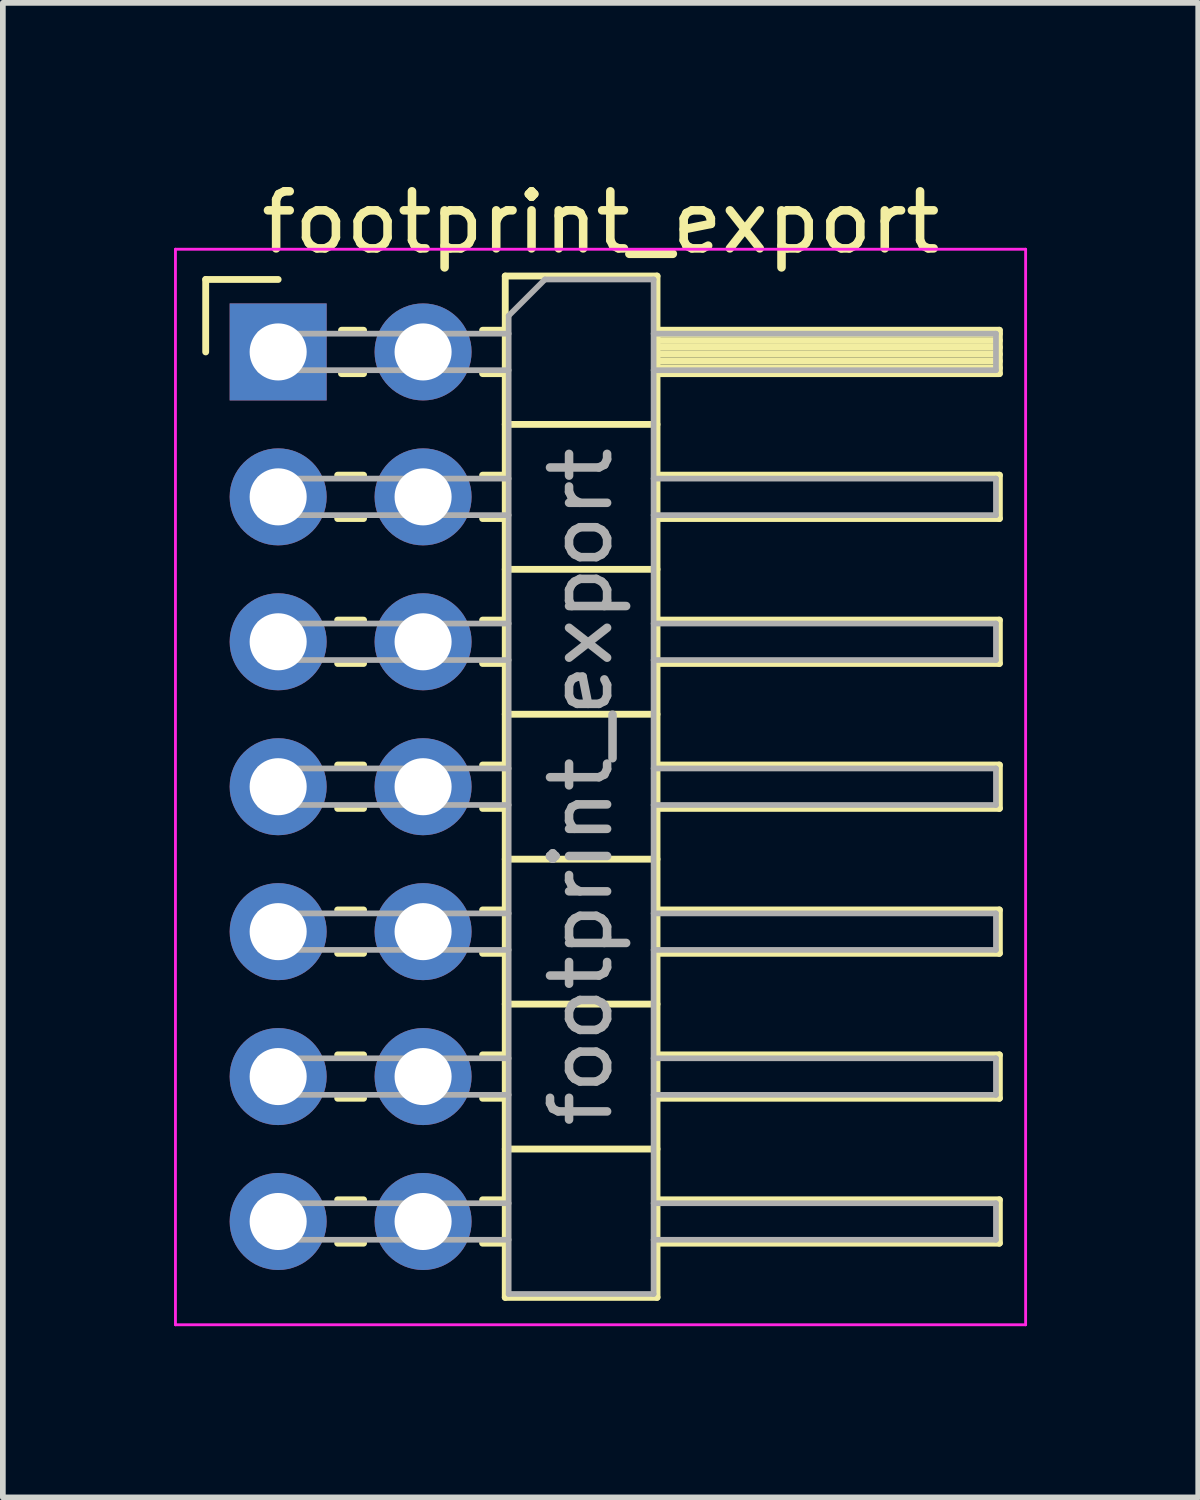
<source format=kicad_pcb>
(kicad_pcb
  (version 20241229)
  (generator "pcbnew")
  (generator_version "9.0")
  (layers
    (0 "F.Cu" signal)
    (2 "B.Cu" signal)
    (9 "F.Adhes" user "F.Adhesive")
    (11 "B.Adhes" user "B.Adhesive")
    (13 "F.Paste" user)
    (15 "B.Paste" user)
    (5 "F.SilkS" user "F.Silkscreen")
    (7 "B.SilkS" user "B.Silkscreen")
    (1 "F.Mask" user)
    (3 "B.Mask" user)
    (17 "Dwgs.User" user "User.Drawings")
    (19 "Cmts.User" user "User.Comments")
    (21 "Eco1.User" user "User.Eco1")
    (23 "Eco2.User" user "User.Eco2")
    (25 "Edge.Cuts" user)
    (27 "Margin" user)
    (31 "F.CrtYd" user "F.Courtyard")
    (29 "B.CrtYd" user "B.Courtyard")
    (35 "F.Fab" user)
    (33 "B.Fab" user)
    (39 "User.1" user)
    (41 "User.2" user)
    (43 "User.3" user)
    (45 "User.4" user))
  (footprint "footprint_export"
    (layer "F.Cu")
    (at 1.825 3.118)
    (property "Reference" "footprint_export" (at 5.655 -2.27 0) (layer "F.SilkS") (effects (font (size 1 1) (thickness 0.15))))
    (attr through_hole)
    (fp_line (start -1.27 -1.27) (end 0 -1.27) (stroke (width 0.12) (type solid)) (layer "F.SilkS"))
    (fp_line (start -1.27 0) (end -1.27 -1.27) (stroke (width 0.12) (type solid)) (layer "F.SilkS"))
    (fp_line (start 1.043 2.16) (end 1.497 2.16) (stroke (width 0.12) (type solid)) (layer "F.SilkS"))
    (fp_line (start 1.043 2.92) (end 1.497 2.92) (stroke (width 0.12) (type solid)) (layer "F.SilkS"))
    (fp_line (start 1.043 4.7) (end 1.497 4.7) (stroke (width 0.12) (type solid)) (layer "F.SilkS"))
    (fp_line (start 1.043 5.46) (end 1.497 5.46) (stroke (width 0.12) (type solid)) (layer "F.SilkS"))
    (fp_line (start 1.043 7.24) (end 1.497 7.24) (stroke (width 0.12) (type solid)) (layer "F.SilkS"))
    (fp_line (start 1.043 8) (end 1.497 8) (stroke (width 0.12) (type solid)) (layer "F.SilkS"))
    (fp_line (start 1.043 9.78) (end 1.497 9.78) (stroke (width 0.12) (type solid)) (layer "F.SilkS"))
    (fp_line (start 1.043 10.54) (end 1.497 10.54) (stroke (width 0.12) (type solid)) (layer "F.SilkS"))
    (fp_line (start 1.043 12.32) (end 1.497 12.32) (stroke (width 0.12) (type solid)) (layer "F.SilkS"))
    (fp_line (start 1.043 13.08) (end 1.497 13.08) (stroke (width 0.12) (type solid)) (layer "F.SilkS"))
    (fp_line (start 1.043 14.86) (end 1.497 14.86) (stroke (width 0.12) (type solid)) (layer "F.SilkS"))
    (fp_line (start 1.043 15.62) (end 1.497 15.62) (stroke (width 0.12) (type solid)) (layer "F.SilkS"))
    (fp_line (start 1.11 -0.38) (end 1.497 -0.38) (stroke (width 0.12) (type solid)) (layer "F.SilkS"))
    (fp_line (start 1.11 0.38) (end 1.497 0.38) (stroke (width 0.12) (type solid)) (layer "F.SilkS"))
    (fp_line (start 3.583 -0.38) (end 3.98 -0.38) (stroke (width 0.12) (type solid)) (layer "F.SilkS"))
    (fp_line (start 3.583 0.38) (end 3.98 0.38) (stroke (width 0.12) (type solid)) (layer "F.SilkS"))
    (fp_line (start 3.583 2.16) (end 3.98 2.16) (stroke (width 0.12) (type solid)) (layer "F.SilkS"))
    (fp_line (start 3.583 2.92) (end 3.98 2.92) (stroke (width 0.12) (type solid)) (layer "F.SilkS"))
    (fp_line (start 3.583 4.7) (end 3.98 4.7) (stroke (width 0.12) (type solid)) (layer "F.SilkS"))
    (fp_line (start 3.583 5.46) (end 3.98 5.46) (stroke (width 0.12) (type solid)) (layer "F.SilkS"))
    (fp_line (start 3.583 7.24) (end 3.98 7.24) (stroke (width 0.12) (type solid)) (layer "F.SilkS"))
    (fp_line (start 3.583 8) (end 3.98 8) (stroke (width 0.12) (type solid)) (layer "F.SilkS"))
    (fp_line (start 3.583 9.78) (end 3.98 9.78) (stroke (width 0.12) (type solid)) (layer "F.SilkS"))
    (fp_line (start 3.583 10.54) (end 3.98 10.54) (stroke (width 0.12) (type solid)) (layer "F.SilkS"))
    (fp_line (start 3.583 12.32) (end 3.98 12.32) (stroke (width 0.12) (type solid)) (layer "F.SilkS"))
    (fp_line (start 3.583 13.08) (end 3.98 13.08) (stroke (width 0.12) (type solid)) (layer "F.SilkS"))
    (fp_line (start 3.583 14.86) (end 3.98 14.86) (stroke (width 0.12) (type solid)) (layer "F.SilkS"))
    (fp_line (start 3.583 15.62) (end 3.98 15.62) (stroke (width 0.12) (type solid)) (layer "F.SilkS"))
    (fp_line (start 3.98 -1.33) (end 3.98 16.57) (stroke (width 0.12) (type solid)) (layer "F.SilkS"))
    (fp_line (start 3.98 1.27) (end 6.64 1.27) (stroke (width 0.12) (type solid)) (layer "F.SilkS"))
    (fp_line (start 3.98 3.81) (end 6.64 3.81) (stroke (width 0.12) (type solid)) (layer "F.SilkS"))
    (fp_line (start 3.98 6.35) (end 6.64 6.35) (stroke (width 0.12) (type solid)) (layer "F.SilkS"))
    (fp_line (start 3.98 8.89) (end 6.64 8.89) (stroke (width 0.12) (type solid)) (layer "F.SilkS"))
    (fp_line (start 3.98 11.43) (end 6.64 11.43) (stroke (width 0.12) (type solid)) (layer "F.SilkS"))
    (fp_line (start 3.98 13.97) (end 6.64 13.97) (stroke (width 0.12) (type solid)) (layer "F.SilkS"))
    (fp_line (start 3.98 16.57) (end 6.64 16.57) (stroke (width 0.12) (type solid)) (layer "F.SilkS"))
    (fp_line (start 6.64 -1.33) (end 3.98 -1.33) (stroke (width 0.12) (type solid)) (layer "F.SilkS"))
    (fp_line (start 6.64 -0.38) (end 12.64 -0.38) (stroke (width 0.12) (type solid)) (layer "F.SilkS"))
    (fp_line (start 6.64 -0.32) (end 12.64 -0.32) (stroke (width 0.12) (type solid)) (layer "F.SilkS"))
    (fp_line (start 6.64 -0.2) (end 12.64 -0.2) (stroke (width 0.12) (type solid)) (layer "F.SilkS"))
    (fp_line (start 6.64 -0.08) (end 12.64 -0.08) (stroke (width 0.12) (type solid)) (layer "F.SilkS"))
    (fp_line (start 6.64 0.04) (end 12.64 0.04) (stroke (width 0.12) (type solid)) (layer "F.SilkS"))
    (fp_line (start 6.64 0.16) (end 12.64 0.16) (stroke (width 0.12) (type solid)) (layer "F.SilkS"))
    (fp_line (start 6.64 0.28) (end 12.64 0.28) (stroke (width 0.12) (type solid)) (layer "F.SilkS"))
    (fp_line (start 6.64 2.16) (end 12.64 2.16) (stroke (width 0.12) (type solid)) (layer "F.SilkS"))
    (fp_line (start 6.64 4.7) (end 12.64 4.7) (stroke (width 0.12) (type solid)) (layer "F.SilkS"))
    (fp_line (start 6.64 7.24) (end 12.64 7.24) (stroke (width 0.12) (type solid)) (layer "F.SilkS"))
    (fp_line (start 6.64 9.78) (end 12.64 9.78) (stroke (width 0.12) (type solid)) (layer "F.SilkS"))
    (fp_line (start 6.64 12.32) (end 12.64 12.32) (stroke (width 0.12) (type solid)) (layer "F.SilkS"))
    (fp_line (start 6.64 14.86) (end 12.64 14.86) (stroke (width 0.12) (type solid)) (layer "F.SilkS"))
    (fp_line (start 6.64 16.57) (end 6.64 -1.33) (stroke (width 0.12) (type solid)) (layer "F.SilkS"))
    (fp_line (start 12.64 -0.38) (end 12.64 0.38) (stroke (width 0.12) (type solid)) (layer "F.SilkS"))
    (fp_line (start 12.64 0.38) (end 6.64 0.38) (stroke (width 0.12) (type solid)) (layer "F.SilkS"))
    (fp_line (start 12.64 2.16) (end 12.64 2.92) (stroke (width 0.12) (type solid)) (layer "F.SilkS"))
    (fp_line (start 12.64 2.92) (end 6.64 2.92) (stroke (width 0.12) (type solid)) (layer "F.SilkS"))
    (fp_line (start 12.64 4.7) (end 12.64 5.46) (stroke (width 0.12) (type solid)) (layer "F.SilkS"))
    (fp_line (start 12.64 5.46) (end 6.64 5.46) (stroke (width 0.12) (type solid)) (layer "F.SilkS"))
    (fp_line (start 12.64 7.24) (end 12.64 8) (stroke (width 0.12) (type solid)) (layer "F.SilkS"))
    (fp_line (start 12.64 8) (end 6.64 8) (stroke (width 0.12) (type solid)) (layer "F.SilkS"))
    (fp_line (start 12.64 9.78) (end 12.64 10.54) (stroke (width 0.12) (type solid)) (layer "F.SilkS"))
    (fp_line (start 12.64 10.54) (end 6.64 10.54) (stroke (width 0.12) (type solid)) (layer "F.SilkS"))
    (fp_line (start 12.64 12.32) (end 12.64 13.08) (stroke (width 0.12) (type solid)) (layer "F.SilkS"))
    (fp_line (start 12.64 13.08) (end 6.64 13.08) (stroke (width 0.12) (type solid)) (layer "F.SilkS"))
    (fp_line (start 12.64 14.86) (end 12.64 15.62) (stroke (width 0.12) (type solid)) (layer "F.SilkS"))
    (fp_line (start 12.64 15.62) (end 6.64 15.62) (stroke (width 0.12) (type solid)) (layer "F.SilkS"))
    (fp_line (start -1.8 -1.8) (end -1.8 17.05) (stroke (width 0.05) (type solid)) (layer "F.CrtYd"))
    (fp_line (start -1.8 17.05) (end 13.1 17.05) (stroke (width 0.05) (type solid)) (layer "F.CrtYd"))
    (fp_line (start 13.1 -1.8) (end -1.8 -1.8) (stroke (width 0.05) (type solid)) (layer "F.CrtYd"))
    (fp_line (start 13.1 17.05) (end 13.1 -1.8) (stroke (width 0.05) (type solid)) (layer "F.CrtYd"))
    (fp_line (start -0.32 -0.32) (end -0.32 0.32) (stroke (width 0.1) (type solid)) (layer "F.Fab"))
    (fp_line (start -0.32 -0.32) (end 4.04 -0.32) (stroke (width 0.1) (type solid)) (layer "F.Fab"))
    (fp_line (start -0.32 0.32) (end 4.04 0.32) (stroke (width 0.1) (type solid)) (layer "F.Fab"))
    (fp_line (start -0.32 2.22) (end -0.32 2.86) (stroke (width 0.1) (type solid)) (layer "F.Fab"))
    (fp_line (start -0.32 2.22) (end 4.04 2.22) (stroke (width 0.1) (type solid)) (layer "F.Fab"))
    (fp_line (start -0.32 2.86) (end 4.04 2.86) (stroke (width 0.1) (type solid)) (layer "F.Fab"))
    (fp_line (start -0.32 4.76) (end -0.32 5.4) (stroke (width 0.1) (type solid)) (layer "F.Fab"))
    (fp_line (start -0.32 4.76) (end 4.04 4.76) (stroke (width 0.1) (type solid)) (layer "F.Fab"))
    (fp_line (start -0.32 5.4) (end 4.04 5.4) (stroke (width 0.1) (type solid)) (layer "F.Fab"))
    (fp_line (start -0.32 7.3) (end -0.32 7.94) (stroke (width 0.1) (type solid)) (layer "F.Fab"))
    (fp_line (start -0.32 7.3) (end 4.04 7.3) (stroke (width 0.1) (type solid)) (layer "F.Fab"))
    (fp_line (start -0.32 7.94) (end 4.04 7.94) (stroke (width 0.1) (type solid)) (layer "F.Fab"))
    (fp_line (start -0.32 9.84) (end -0.32 10.48) (stroke (width 0.1) (type solid)) (layer "F.Fab"))
    (fp_line (start -0.32 9.84) (end 4.04 9.84) (stroke (width 0.1) (type solid)) (layer "F.Fab"))
    (fp_line (start -0.32 10.48) (end 4.04 10.48) (stroke (width 0.1) (type solid)) (layer "F.Fab"))
    (fp_line (start -0.32 12.38) (end -0.32 13.02) (stroke (width 0.1) (type solid)) (layer "F.Fab"))
    (fp_line (start -0.32 12.38) (end 4.04 12.38) (stroke (width 0.1) (type solid)) (layer "F.Fab"))
    (fp_line (start -0.32 13.02) (end 4.04 13.02) (stroke (width 0.1) (type solid)) (layer "F.Fab"))
    (fp_line (start -0.32 14.92) (end -0.32 15.56) (stroke (width 0.1) (type solid)) (layer "F.Fab"))
    (fp_line (start -0.32 14.92) (end 4.04 14.92) (stroke (width 0.1) (type solid)) (layer "F.Fab"))
    (fp_line (start -0.32 15.56) (end 4.04 15.56) (stroke (width 0.1) (type solid)) (layer "F.Fab"))
    (fp_line (start 4.04 -0.635) (end 4.675 -1.27) (stroke (width 0.1) (type solid)) (layer "F.Fab"))
    (fp_line (start 4.04 16.51) (end 4.04 -0.635) (stroke (width 0.1) (type solid)) (layer "F.Fab"))
    (fp_line (start 4.675 -1.27) (end 6.58 -1.27) (stroke (width 0.1) (type solid)) (layer "F.Fab"))
    (fp_line (start 6.58 -1.27) (end 6.58 16.51) (stroke (width 0.1) (type solid)) (layer "F.Fab"))
    (fp_line (start 6.58 -0.32) (end 12.58 -0.32) (stroke (width 0.1) (type solid)) (layer "F.Fab"))
    (fp_line (start 6.58 0.32) (end 12.58 0.32) (stroke (width 0.1) (type solid)) (layer "F.Fab"))
    (fp_line (start 6.58 2.22) (end 12.58 2.22) (stroke (width 0.1) (type solid)) (layer "F.Fab"))
    (fp_line (start 6.58 2.86) (end 12.58 2.86) (stroke (width 0.1) (type solid)) (layer "F.Fab"))
    (fp_line (start 6.58 4.76) (end 12.58 4.76) (stroke (width 0.1) (type solid)) (layer "F.Fab"))
    (fp_line (start 6.58 5.4) (end 12.58 5.4) (stroke (width 0.1) (type solid)) (layer "F.Fab"))
    (fp_line (start 6.58 7.3) (end 12.58 7.3) (stroke (width 0.1) (type solid)) (layer "F.Fab"))
    (fp_line (start 6.58 7.94) (end 12.58 7.94) (stroke (width 0.1) (type solid)) (layer "F.Fab"))
    (fp_line (start 6.58 9.84) (end 12.58 9.84) (stroke (width 0.1) (type solid)) (layer "F.Fab"))
    (fp_line (start 6.58 10.48) (end 12.58 10.48) (stroke (width 0.1) (type solid)) (layer "F.Fab"))
    (fp_line (start 6.58 12.38) (end 12.58 12.38) (stroke (width 0.1) (type solid)) (layer "F.Fab"))
    (fp_line (start 6.58 13.02) (end 12.58 13.02) (stroke (width 0.1) (type solid)) (layer "F.Fab"))
    (fp_line (start 6.58 14.92) (end 12.58 14.92) (stroke (width 0.1) (type solid)) (layer "F.Fab"))
    (fp_line (start 6.58 15.56) (end 12.58 15.56) (stroke (width 0.1) (type solid)) (layer "F.Fab"))
    (fp_line (start 6.58 16.51) (end 4.04 16.51) (stroke (width 0.1) (type solid)) (layer "F.Fab"))
    (fp_line (start 12.58 -0.32) (end 12.58 0.32) (stroke (width 0.1) (type solid)) (layer "F.Fab"))
    (fp_line (start 12.58 2.22) (end 12.58 2.86) (stroke (width 0.1) (type solid)) (layer "F.Fab"))
    (fp_line (start 12.58 4.76) (end 12.58 5.4) (stroke (width 0.1) (type solid)) (layer "F.Fab"))
    (fp_line (start 12.58 7.3) (end 12.58 7.94) (stroke (width 0.1) (type solid)) (layer "F.Fab"))
    (fp_line (start 12.58 9.84) (end 12.58 10.48) (stroke (width 0.1) (type solid)) (layer "F.Fab"))
    (fp_line (start 12.58 12.38) (end 12.58 13.02) (stroke (width 0.1) (type solid)) (layer "F.Fab"))
    (fp_line (start 12.58 14.92) (end 12.58 15.56) (stroke (width 0.1) (type solid)) (layer "F.Fab"))
    (fp_text user "${REFERENCE}" (at 5.31 7.62 90) (layer "F.Fab") (effects (font (size 1 1) (thickness 0.15))))
    (pad "1" thru_hole rect (at 0 0) (size 1.7 1.7) (drill 1) (layers "*.Cu" "*.Mask"))
    (pad "2" thru_hole oval (at 2.54 0) (size 1.7 1.7) (drill 1) (layers "*.Cu" "*.Mask"))
    (pad "3" thru_hole oval (at 0 2.54) (size 1.7 1.7) (drill 1) (layers "*.Cu" "*.Mask"))
    (pad "4" thru_hole oval (at 2.54 2.54) (size 1.7 1.7) (drill 1) (layers "*.Cu" "*.Mask"))
    (pad "5" thru_hole oval (at 0 5.08) (size 1.7 1.7) (drill 1) (layers "*.Cu" "*.Mask"))
    (pad "6" thru_hole oval (at 2.54 5.08) (size 1.7 1.7) (drill 1) (layers "*.Cu" "*.Mask"))
    (pad "7" thru_hole oval (at 0 7.62) (size 1.7 1.7) (drill 1) (layers "*.Cu" "*.Mask"))
    (pad "8" thru_hole oval (at 2.54 7.62) (size 1.7 1.7) (drill 1) (layers "*.Cu" "*.Mask"))
    (pad "9" thru_hole oval (at 0 10.16) (size 1.7 1.7) (drill 1) (layers "*.Cu" "*.Mask"))
    (pad "10" thru_hole oval (at 2.54 10.16) (size 1.7 1.7) (drill 1) (layers "*.Cu" "*.Mask"))
    (pad "11" thru_hole oval (at 0 12.7) (size 1.7 1.7) (drill 1) (layers "*.Cu" "*.Mask"))
    (pad "12" thru_hole oval (at 2.54 12.7) (size 1.7 1.7) (drill 1) (layers "*.Cu" "*.Mask"))
    (pad "13" thru_hole oval (at 0 15.24) (size 1.7 1.7) (drill 1) (layers "*.Cu" "*.Mask"))
    (pad "14" thru_hole oval (at 2.54 15.24) (size 1.7 1.7) (drill 1) (layers "*.Cu" "*.Mask")))
  (gr_rect
    (start -3 -3)
    (end 17.95 23.193)
    (stroke (width 0.1) (type default))
    (fill no)
    (layer "Edge.Cuts")))
</source>
